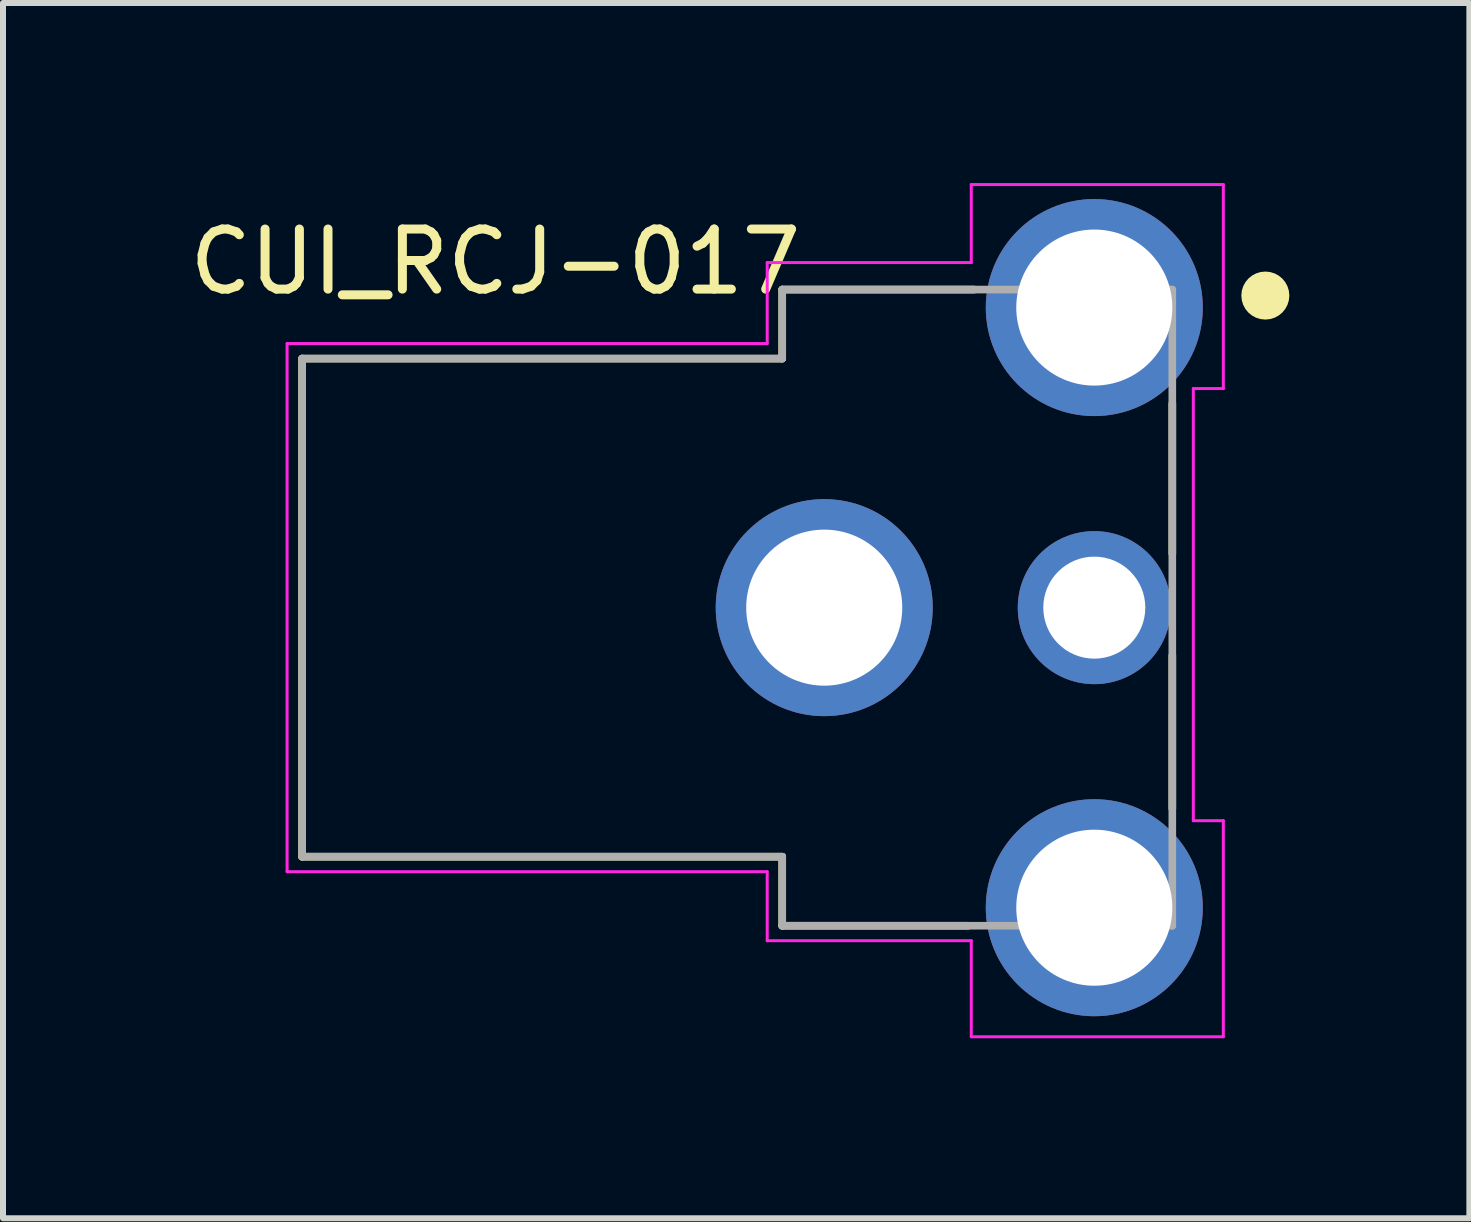
<source format=kicad_pcb>
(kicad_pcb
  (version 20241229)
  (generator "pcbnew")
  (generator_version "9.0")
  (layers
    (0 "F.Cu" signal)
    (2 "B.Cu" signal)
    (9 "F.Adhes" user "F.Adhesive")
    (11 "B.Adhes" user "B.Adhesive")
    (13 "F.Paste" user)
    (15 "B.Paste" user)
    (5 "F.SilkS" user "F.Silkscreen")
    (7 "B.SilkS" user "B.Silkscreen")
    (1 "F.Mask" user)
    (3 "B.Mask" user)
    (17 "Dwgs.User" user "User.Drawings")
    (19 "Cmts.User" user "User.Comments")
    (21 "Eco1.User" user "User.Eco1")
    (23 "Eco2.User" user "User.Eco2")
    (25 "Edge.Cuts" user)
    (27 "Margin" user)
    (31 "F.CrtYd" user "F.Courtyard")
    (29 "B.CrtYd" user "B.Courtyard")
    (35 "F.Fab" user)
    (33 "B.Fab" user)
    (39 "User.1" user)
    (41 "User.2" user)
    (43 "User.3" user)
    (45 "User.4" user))
  (footprint "CUI_RCJ-017"
    (layer "F.Cu")
    (at 9.234 7.075)
    (property "Reference" "CUI_RCJ-017" (at -4.03 -5.763 0) (layer "F.SilkS") (effects (font (size 1.001 1.001) (thickness 0.15))))
    (attr through_hole)
    (fp_line (start -7.25 -4.15) (end -7.25 4.15) (stroke (width 0.127) (type solid)) (layer "F.SilkS"))
    (fp_line (start -7.25 4.15) (end 0.75 4.15) (stroke (width 0.127) (type solid)) (layer "F.SilkS"))
    (fp_line (start 0.75 -5.3) (end 0.75 -4.15) (stroke (width 0.127) (type solid)) (layer "F.SilkS"))
    (fp_line (start 0.75 -4.15) (end -7.25 -4.15) (stroke (width 0.127) (type solid)) (layer "F.SilkS"))
    (fp_line (start 0.75 4.15) (end 0.75 5.3) (stroke (width 0.127) (type solid)) (layer "F.SilkS"))
    (fp_line (start 0.75 5.3) (end 3.85 5.3) (stroke (width 0.127) (type solid)) (layer "F.SilkS"))
    (fp_line (start 3.95 -5.3) (end 0.75 -5.3) (stroke (width 0.127) (type solid)) (layer "F.SilkS"))
    (fp_line (start 7.25 -0.9) (end 7.25 -3.4) (stroke (width 0.127) (type solid)) (layer "F.SilkS"))
    (fp_line (start 7.25 3.35) (end 7.25 0.8) (stroke (width 0.127) (type solid)) (layer "F.SilkS"))
    (fp_circle (center 8.8 -5.2) (end 9 -5.2) (stroke (width 0.4) (type solid)) (fill no) (layer "F.SilkS"))
    (fp_line (start -7.5 -4.4) (end -7.5 4.4) (stroke (width 0.05) (type solid)) (layer "F.CrtYd"))
    (fp_line (start -7.5 4.4) (end 0.5 4.4) (stroke (width 0.05) (type solid)) (layer "F.CrtYd"))
    (fp_line (start 0.5 -5.75) (end 0.5 -4.4) (stroke (width 0.05) (type solid)) (layer "F.CrtYd"))
    (fp_line (start 0.5 -4.4) (end -7.5 -4.4) (stroke (width 0.05) (type solid)) (layer "F.CrtYd"))
    (fp_line (start 0.5 4.4) (end 0.5 5.55) (stroke (width 0.05) (type solid)) (layer "F.CrtYd"))
    (fp_line (start 0.5 5.55) (end 3.9 5.55) (stroke (width 0.05) (type solid)) (layer "F.CrtYd"))
    (fp_line (start 3.9 -7.05) (end 8.1 -7.05) (stroke (width 0.05) (type solid)) (layer "F.CrtYd"))
    (fp_line (start 3.9 -5.75) (end 0.5 -5.75) (stroke (width 0.05) (type solid)) (layer "F.CrtYd"))
    (fp_line (start 3.9 -5.75) (end 3.9 -7.05) (stroke (width 0.05) (type solid)) (layer "F.CrtYd"))
    (fp_line (start 3.9 7.15) (end 3.9 5.55) (stroke (width 0.05) (type solid)) (layer "F.CrtYd"))
    (fp_line (start 7.6 -3.65) (end 7.6 3.55) (stroke (width 0.05) (type solid)) (layer "F.CrtYd"))
    (fp_line (start 7.6 3.55) (end 8.1 3.55) (stroke (width 0.05) (type solid)) (layer "F.CrtYd"))
    (fp_line (start 8.1 -7.05) (end 8.1 -3.65) (stroke (width 0.05) (type solid)) (layer "F.CrtYd"))
    (fp_line (start 8.1 -3.65) (end 7.6 -3.65) (stroke (width 0.05) (type solid)) (layer "F.CrtYd"))
    (fp_line (start 8.1 7.15) (end 3.9 7.15) (stroke (width 0.05) (type solid)) (layer "F.CrtYd"))
    (fp_line (start 8.1 7.15) (end 8.1 3.55) (stroke (width 0.05) (type solid)) (layer "F.CrtYd"))
    (fp_line (start -7.25 -4.15) (end -7.25 4.15) (stroke (width 0.127) (type solid)) (layer "F.Fab"))
    (fp_line (start -7.25 4.15) (end 0.75 4.15) (stroke (width 0.127) (type solid)) (layer "F.Fab"))
    (fp_line (start 0.75 -5.3) (end 0.75 -4.15) (stroke (width 0.127) (type solid)) (layer "F.Fab"))
    (fp_line (start 0.75 -4.15) (end -7.25 -4.15) (stroke (width 0.127) (type solid)) (layer "F.Fab"))
    (fp_line (start 0.75 4.15) (end 0.75 5.3) (stroke (width 0.127) (type solid)) (layer "F.Fab"))
    (fp_line (start 0.75 5.3) (end 7.25 5.3) (stroke (width 0.127) (type solid)) (layer "F.Fab"))
    (fp_line (start 7.25 -5.3) (end 0.75 -5.3) (stroke (width 0.127) (type solid)) (layer "F.Fab"))
    (fp_line (start 7.25 5.3) (end 7.25 -5.3) (stroke (width 0.127) (type solid)) (layer "F.Fab"))
    (pad "1A" thru_hole circle (at 5.95 -5) (size 3.616 3.616) (drill 2.6) (layers "*.Cu" "*.Mask"))
    (pad "1B" thru_hole circle (at 5.95 5) (size 3.616 3.616) (drill 2.6) (layers "*.Cu" "*.Mask"))
    (pad "1C" thru_hole circle (at 1.45 0) (size 3.616 3.616) (drill 2.6) (layers "*.Cu" "*.Mask"))
    (pad "2" thru_hole circle (at 5.95 0) (size 2.55 2.55) (drill 1.7) (layers "*.Cu" "*.Mask")))
  (gr_rect
    (start -3 -3)
    (end 21.434 17.25)
    (stroke (width 0.1) (type default))
    (fill no)
    (layer "Edge.Cuts")))
</source>
